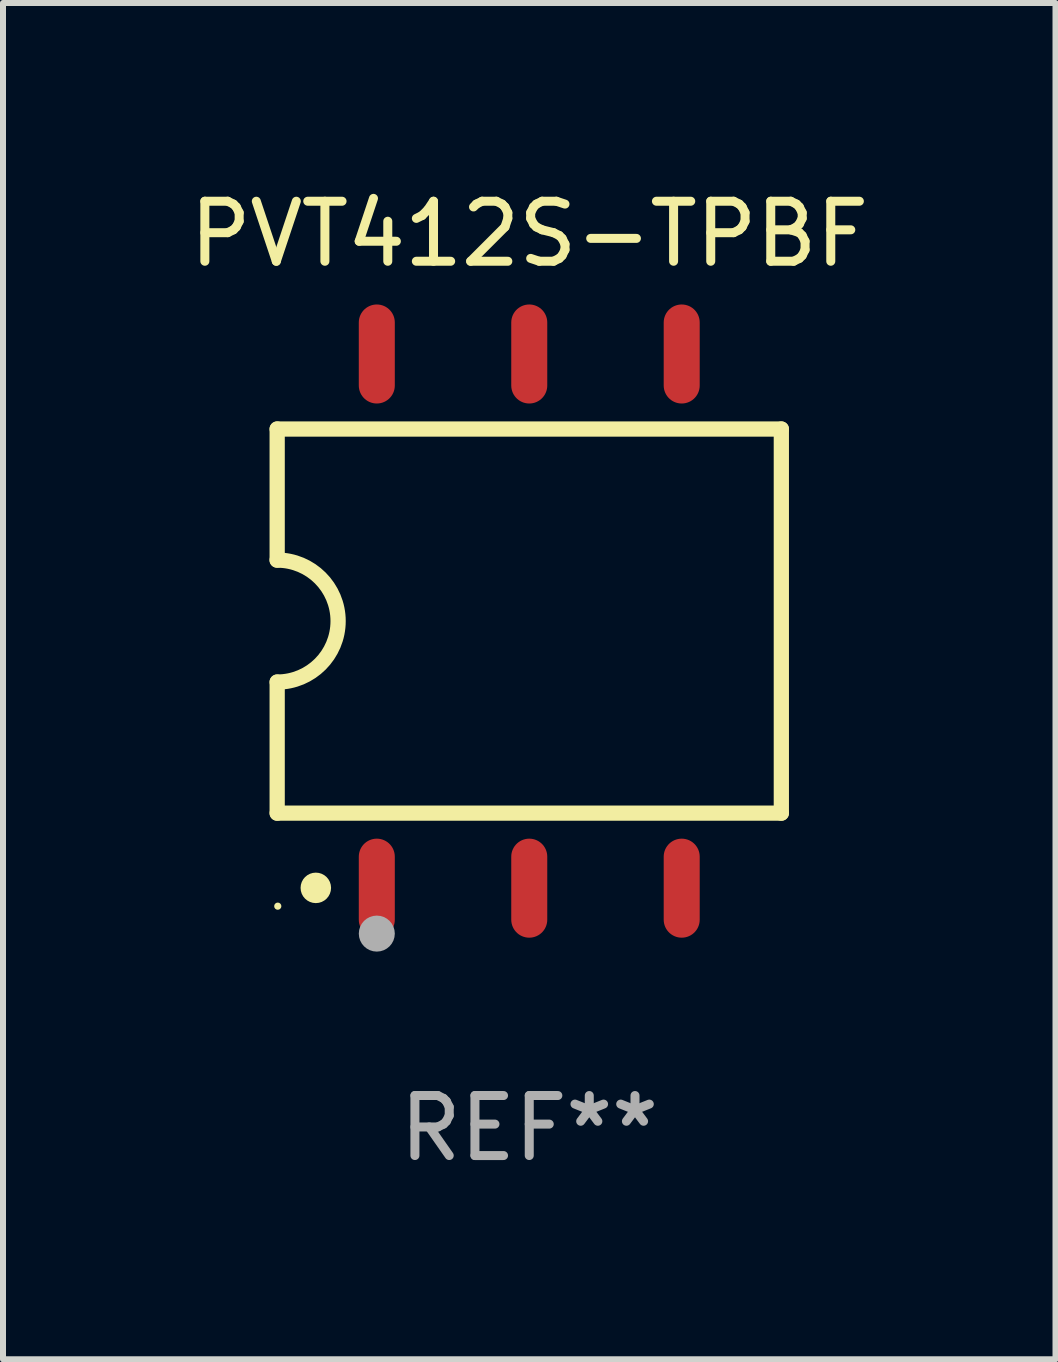
<source format=kicad_pcb>
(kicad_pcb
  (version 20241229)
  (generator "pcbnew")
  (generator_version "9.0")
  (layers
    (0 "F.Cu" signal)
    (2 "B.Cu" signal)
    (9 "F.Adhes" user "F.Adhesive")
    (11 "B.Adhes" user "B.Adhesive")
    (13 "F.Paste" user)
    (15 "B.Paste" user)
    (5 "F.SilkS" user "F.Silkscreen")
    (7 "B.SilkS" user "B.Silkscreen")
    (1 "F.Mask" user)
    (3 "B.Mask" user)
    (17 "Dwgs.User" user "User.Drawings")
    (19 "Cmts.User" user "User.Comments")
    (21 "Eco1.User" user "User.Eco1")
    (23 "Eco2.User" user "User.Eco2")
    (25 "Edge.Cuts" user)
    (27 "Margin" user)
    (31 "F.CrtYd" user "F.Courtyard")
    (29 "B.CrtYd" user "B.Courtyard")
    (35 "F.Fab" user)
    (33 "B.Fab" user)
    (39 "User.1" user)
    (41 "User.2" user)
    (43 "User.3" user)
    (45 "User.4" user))
  (footprint "PVT412S-TPBF"
    (layer "F.Cu")
    (at 5.768 7.298)
    (property "Reference" "PVT412S-TPBF" (at 0 -6.45 0) (layer "F.SilkS") (effects (font (size 1 1) (thickness 0.15))))
    (attr through_hole)
    (fp_line (start -4.2 -3.2) (end -4.2 -1.016) (stroke (width 0.254) (type solid)) (layer "F.SilkS"))
    (fp_line (start -4.2 -3.2) (end 4.2 -3.2) (stroke (width 0.254) (type solid)) (layer "F.SilkS"))
    (fp_line (start -4.2 3.2) (end -4.2 1.016) (stroke (width 0.254) (type solid)) (layer "F.SilkS"))
    (fp_line (start 4.2 -3.2) (end 4.2 3.2) (stroke (width 0.254) (type solid)) (layer "F.SilkS"))
    (fp_line (start 4.2 3.2) (end -4.2 3.2) (stroke (width 0.254) (type solid)) (layer "F.SilkS"))
    (fp_arc (start -4.201169 -1.016003) (mid -3.185166 -0.000585) (end -4.2 1.016002) (stroke (width 0.254001) (type solid)) (layer "F.SilkS"))
    (fp_circle (center -4.19 4.75) (end -4.16 4.75) (stroke (width 0.06) (type solid)) (fill no) (layer "F.SilkS"))
    (fp_circle (center -3.556 4.445) (end -3.429 4.445) (stroke (width 0.254) (type solid)) (fill no) (layer "F.SilkS"))
    (fp_circle (center -2.54 5.207) (end -2.39 5.207) (stroke (width 0.3) (type solid)) (fill no) (layer "F.Fab"))
    (fp_text user "REF**" (at 0 8.45 0) (layer "F.Fab") (effects (font (size 1 1) (thickness 0.15))))
    (pad "1" smd oval (at -2.54 4.45 90) (size 1.65 0.6) (layers "F.Cu" "F.Mask" "F.Paste"))
    (pad "2" smd oval (at 0 4.45 90) (size 1.65 0.6) (layers "F.Cu" "F.Mask" "F.Paste"))
    (pad "3" smd oval (at 2.54 4.45 90) (size 1.65 0.6) (layers "F.Cu" "F.Mask" "F.Paste"))
    (pad "4" smd oval (at 2.54 -4.45 90) (size 1.65 0.6) (layers "F.Cu" "F.Mask" "F.Paste"))
    (pad "5" smd oval (at 0 -4.45 90) (size 1.65 0.6) (layers "F.Cu" "F.Mask" "F.Paste"))
    (pad "6" smd oval (at -2.54 -4.45 90) (size 1.65 0.6) (layers "F.Cu" "F.Mask" "F.Paste")))
  (gr_rect
    (start -3 -3)
    (end 14.536 19.597)
    (stroke (width 0.1) (type default))
    (fill no)
    (layer "Edge.Cuts")))
</source>
